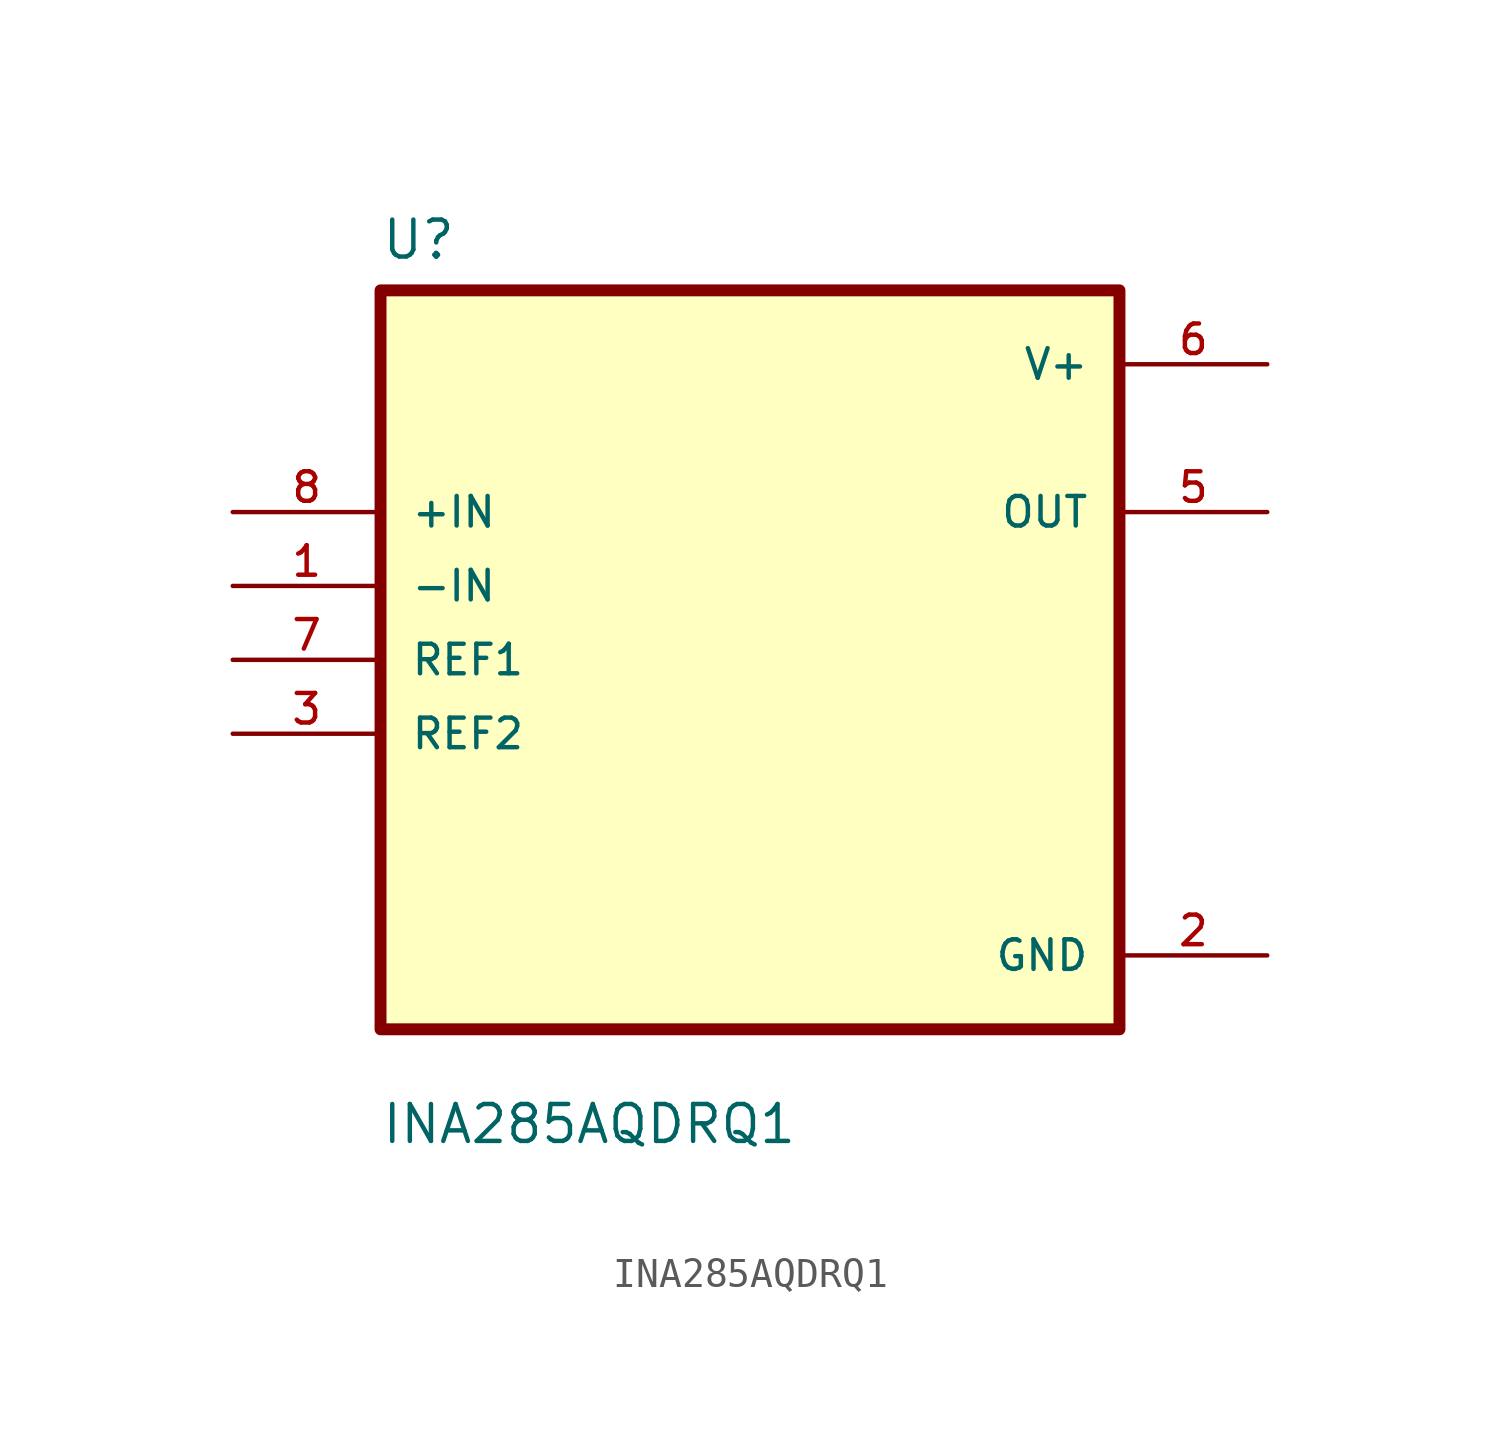
<source format=kicad_sym>
(kicad_symbol_lib
  (version 20211014)
  (generator kicad_symbol_editor)
  (symbol "INA285AQDRQ1"
    (pin_names
      (offset 1.016))
    (property "Reference" "U"
      (at -12.7 13.7 0.0)
      (effects (font (size 1.27 1.27)) (justify bottom left)))
    (property "Value" "INA285AQDRQ1"
      (at -12.7 -16.7 0.0)
      (effects (font (size 1.27 1.27)) (justify bottom left)))
    (symbol "INA285AQDRQ1_0_0"
      (rectangle (start -12.7 -12.7) (end 12.7 12.7) (stroke (width 0.41)) (fill (type background)))
      (pin input line (at -17.78 5.08 0) (length 5.08) (name "+IN" (effects (font (size 1.016 1.016)))) (number "8" (effects (font (size 1.016 1.016)))))
      (pin input line (at -17.78 2.54 0) (length 5.08) (name "-IN" (effects (font (size 1.016 1.016)))) (number "1" (effects (font (size 1.016 1.016)))))
      (pin input line (at -17.78 -8.88178e-16 0) (length 5.08) (name "REF1" (effects (font (size 1.016 1.016)))) (number "7" (effects (font (size 1.016 1.016)))))
      (pin input line (at -17.78 -2.54 0) (length 5.08) (name "REF2" (effects (font (size 1.016 1.016)))) (number "3" (effects (font (size 1.016 1.016)))))
      (pin power_in line (at 17.78 10.16 180.0) (length 5.08) (name "V+" (effects (font (size 1.016 1.016)))) (number "6" (effects (font (size 1.016 1.016)))))
      (pin output line (at 17.78 5.08 180.0) (length 5.08) (name "OUT" (effects (font (size 1.016 1.016)))) (number "5" (effects (font (size 1.016 1.016)))))
      (pin power_in line (at 17.78 -10.16 180.0) (length 5.08) (name "GND" (effects (font (size 1.016 1.016)))) (number "2" (effects (font (size 1.016 1.016))))))))
</source>
